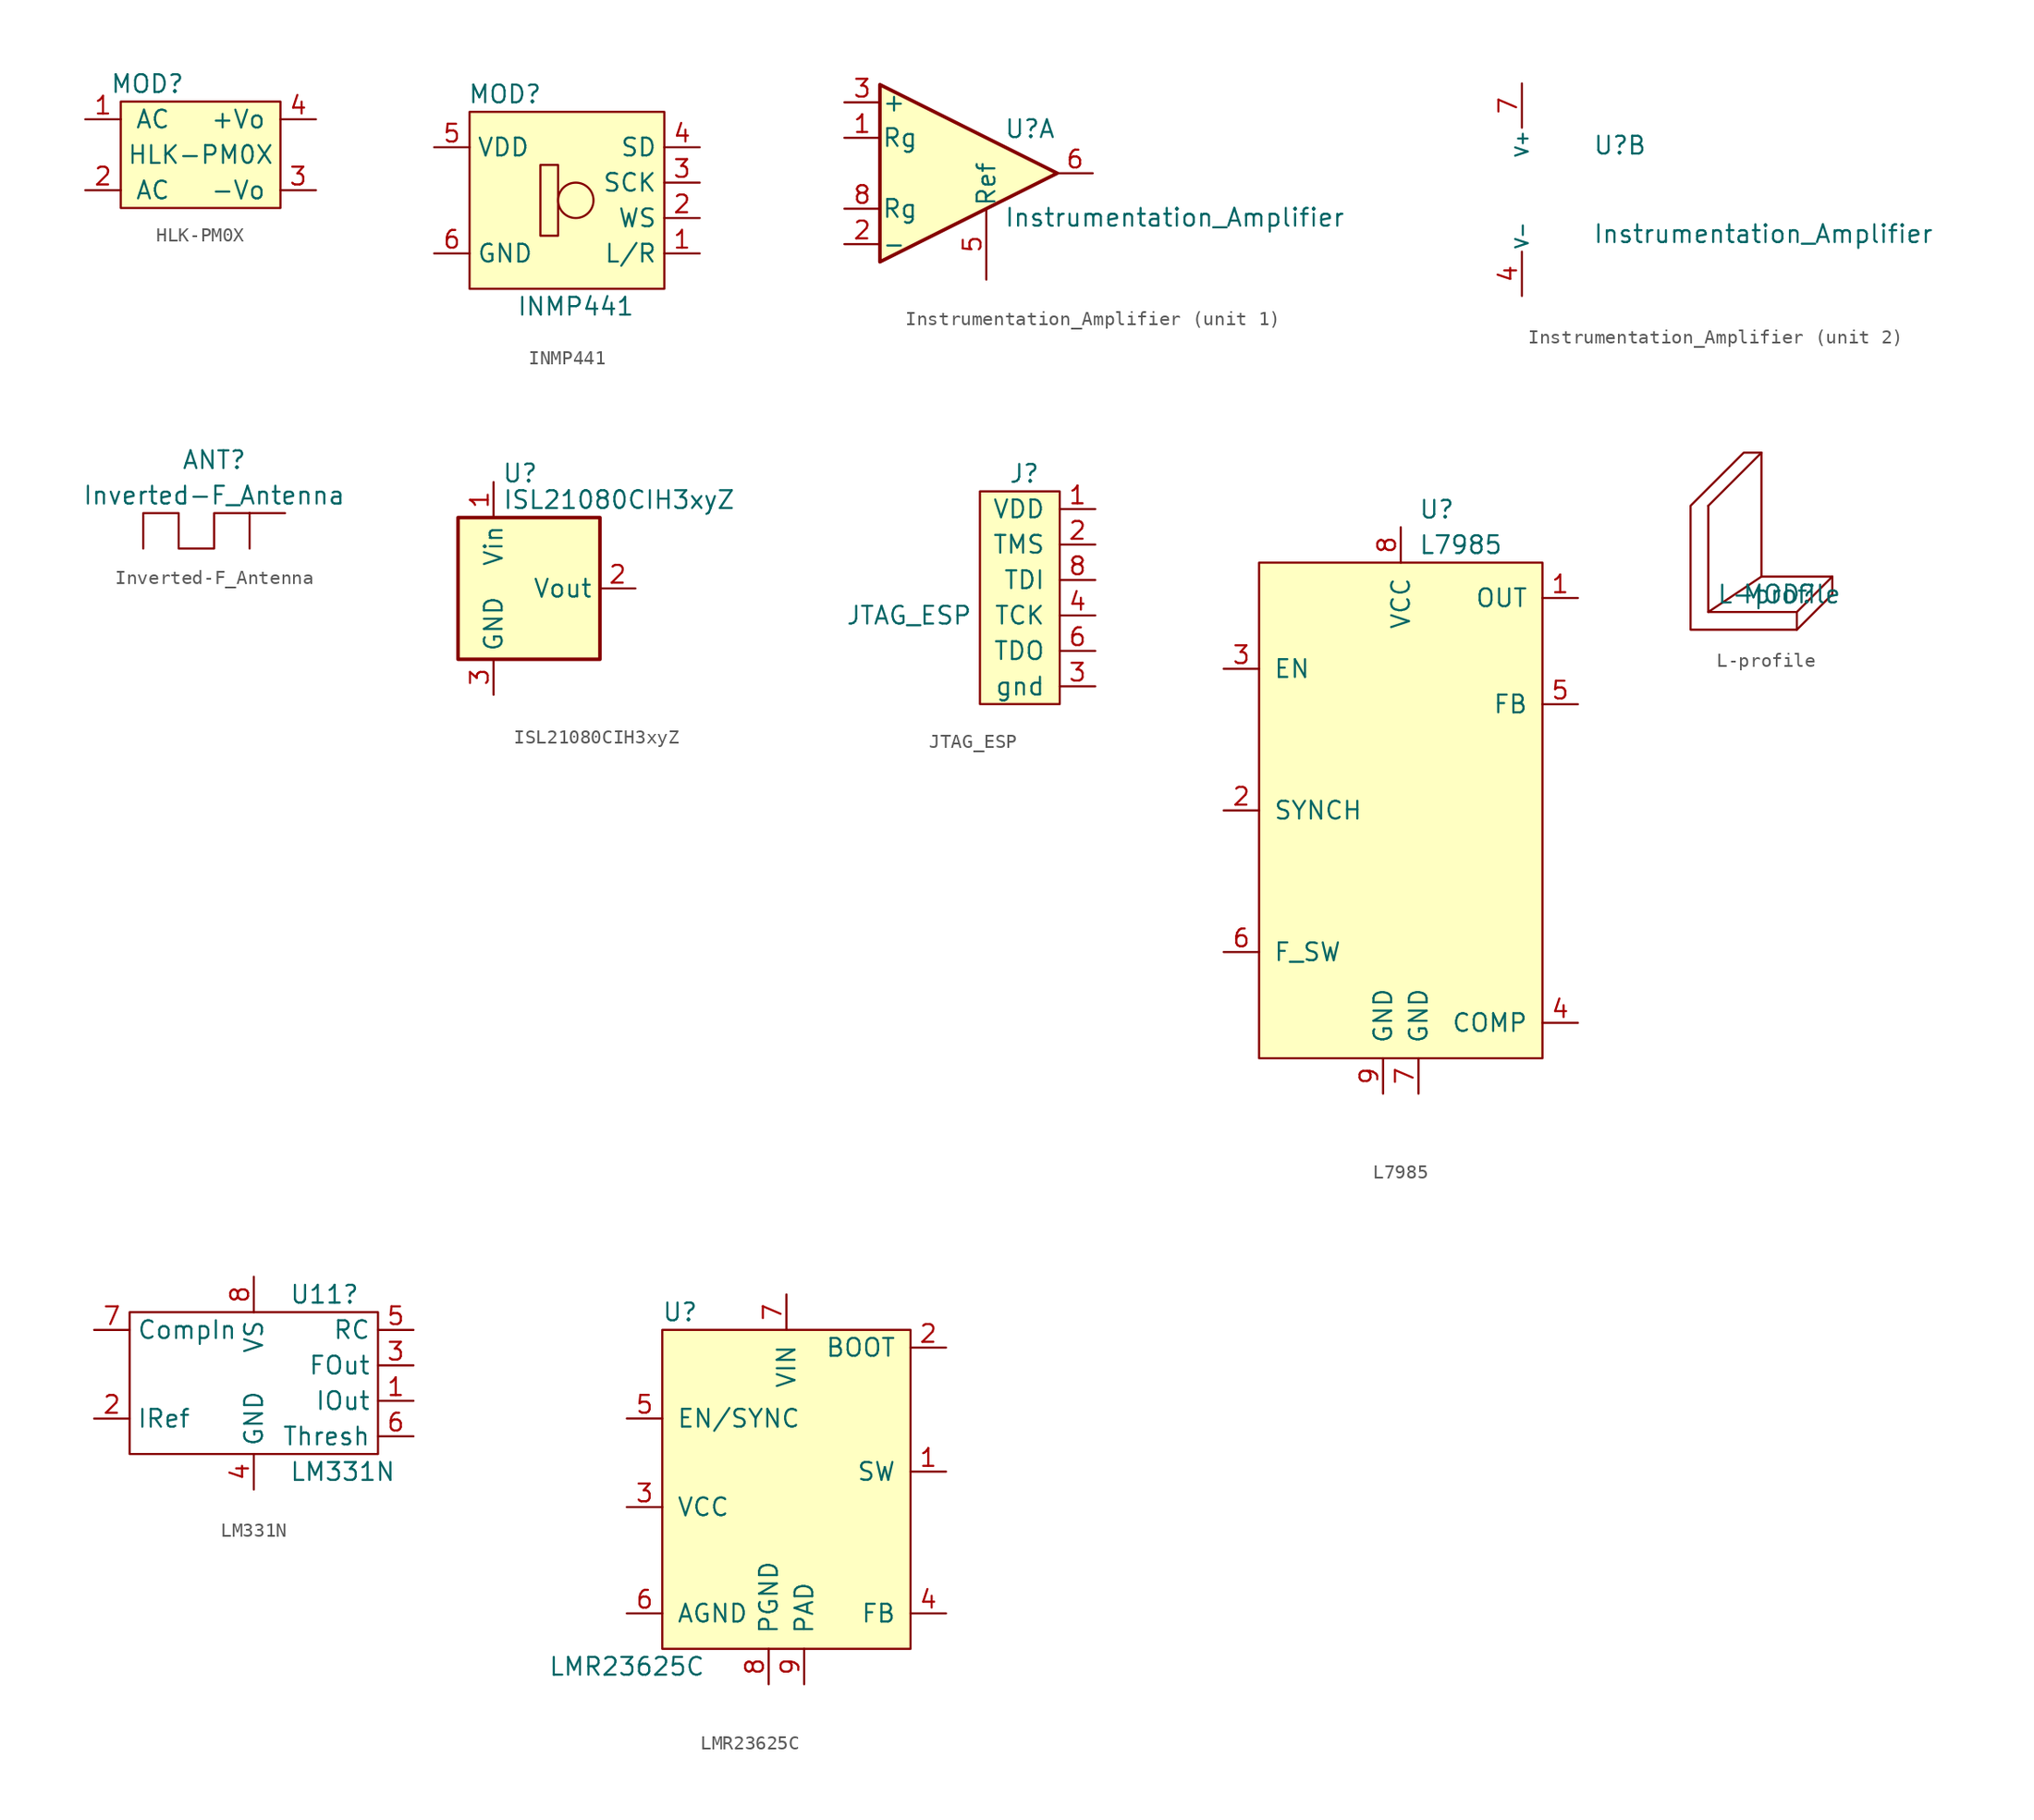
<source format=kicad_sym>
(kicad_symbol_lib
  (version 20211014)
  (generator kicad_symbol_editor)
  (symbol "HLK-PM0X"
    (pin_names
      (offset 1.016))
    (property "Reference" "MOD"
      (at -3.81 5.08 0)
      (effects (font (size 1.27 1.27))))
    (property "Value" "HLK-PM0X"
      (at 0 0 0)
      (effects (font (size 1.27 1.27))))
    (symbol "HLK-PM0X_0_1"
      (rectangle (start -5.715 3.81) (end 5.715 -3.81) (stroke (width 0) (type default) (color 0 0 0 0)) (fill (type background))))
    (symbol "HLK-PM0X_1_1"
      (pin input line (at -8.255 2.54 0) (length 2.54) (name "AC" (effects (font (size 1.27 1.27)))) (number "1" (effects (font (size 1.27 1.27)))))
      (pin input line (at -8.255 -2.54 0) (length 2.54) (name "AC" (effects (font (size 1.27 1.27)))) (number "2" (effects (font (size 1.27 1.27)))))
      (pin passive line (at 8.255 -2.54 180) (length 2.54) (name "-Vo" (effects (font (size 1.27 1.27)))) (number "3" (effects (font (size 1.27 1.27)))))
      (pin power_out line (at 8.255 2.54 180) (length 2.54) (name "+Vo" (effects (font (size 1.27 1.27)))) (number "4" (effects (font (size 1.27 1.27)))))))
  (symbol "INMP441"
    (property "Reference" "MOD"
      (at -3.81 7.62 0)
      (effects (font (size 1.27 1.27))))
    (property "Value" "INMP441"
      (at 1.27 -7.62 0)
      (effects (font (size 1.27 1.27))))
    (symbol "INMP441_0_1"
      (polyline (pts (xy -1.27 2.54) (xy 0 2.54) (xy 0 -2.54) (xy -1.27 -2.54) (xy -1.27 2.54)) (stroke (width 0) (type default) (color 0 0 0 0)) (fill (type none)))
      (circle (center 1.27 0) (radius 1.27) (stroke (width 0) (type default) (color 0 0 0 0)) (fill (type none)))
      (rectangle (start 7.62 -6.35) (end -6.35 6.35) (stroke (width 0) (type default) (color 0 0 0 0)) (fill (type background))))
    (symbol "INMP441_1_1"
      (pin input line (at 10.16 -3.81 180) (length 2.54) (name "L/R" (effects (font (size 1.27 1.27)))) (number "1" (effects (font (size 1.27 1.27)))))
      (pin input line (at 10.16 -1.27 180) (length 2.54) (name "WS" (effects (font (size 1.27 1.27)))) (number "2" (effects (font (size 1.27 1.27)))))
      (pin input line (at 10.16 1.27 180) (length 2.54) (name "SCK" (effects (font (size 1.27 1.27)))) (number "3" (effects (font (size 1.27 1.27)))))
      (pin bidirectional line (at 10.16 3.81 180) (length 2.54) (name "SD" (effects (font (size 1.27 1.27)))) (number "4" (effects (font (size 1.27 1.27)))))
      (pin power_in line (at -8.89 3.81 0) (length 2.54) (name "VDD" (effects (font (size 1.27 1.27)))) (number "5" (effects (font (size 1.27 1.27)))))
      (pin passive line (at -8.89 -3.81 0) (length 2.54) (name "GND" (effects (font (size 1.27 1.27)))) (number "6" (effects (font (size 1.27 1.27)))))))
  (symbol "Instrumentation_Amplifier"
    (pin_names
      (offset 0.127))
    (property "Reference" "U"
      (at 2.54 3.175 0)
      (effects (font (size 1.27 1.27)) (justify left)))
    (property "Value" "Instrumentation_Amplifier"
      (at 2.54 -3.175 0)
      (effects (font (size 1.27 1.27)) (justify left)))
    (property "ki_locked" ""
      (at 0 0 0)
      (effects (font (size 1.27 1.27))))
    (symbol "Instrumentation_Amplifier_1_1"
      (polyline (pts (xy 6.35 0) (xy -6.35 6.35) (xy -6.35 -6.35) (xy 6.35 0)) (stroke (width 0.254) (type default) (color 0 0 0 0)) (fill (type background)))
      (pin passive line (at -8.89 2.54 0) (length 2.54) (name "Rg" (effects (font (size 1.27 1.27)))) (number "1" (effects (font (size 1.27 1.27)))))
      (pin input line (at -8.89 -5.08 0) (length 2.54) (name "-" (effects (font (size 1.27 1.27)))) (number "2" (effects (font (size 1.27 1.27)))))
      (pin input line (at -8.89 5.08 0) (length 2.54) (name "+" (effects (font (size 1.27 1.27)))) (number "3" (effects (font (size 1.27 1.27)))))
      (pin input line (at 1.27 -7.62 90) (length 5.08) (name "Ref" (effects (font (size 1.27 1.27)))) (number "5" (effects (font (size 1.27 1.27)))))
      (pin output line (at 8.89 0 180) (length 2.54) (name "~" (effects (font (size 1.27 1.27)))) (number "6" (effects (font (size 1.27 1.27)))))
      (pin passive line (at -8.89 -2.54 0) (length 2.54) (name "Rg" (effects (font (size 1.27 1.27)))) (number "8" (effects (font (size 1.27 1.27))))))
    (symbol "Instrumentation_Amplifier_2_1"
      (pin power_in line (at -2.54 -7.62 90) (length 3.175) (name "V-" (effects (font (size 0.889 0.889)))) (number "4" (effects (font (size 1.27 1.27)))))
      (pin power_in line (at -2.54 7.62 270) (length 3.175) (name "V+" (effects (font (size 0.889 0.889)))) (number "7" (effects (font (size 1.27 1.27)))))))
  (symbol "Inverted-F_Antenna"
    (pin_numbers hide)
    (pin_names
      (offset 1.016) hide)
    (property "Reference" "ANT"
      (at 0 5.08 0)
      (effects (font (size 1.27 1.27))))
    (property "Value" "Inverted-F_Antenna"
      (at 0 2.54 0)
      (effects (font (size 1.27 1.27))))
    (symbol "Inverted-F_Antenna_0_1"
      (polyline (pts (xy 2.54 1.27) (xy 0 1.27) (xy 0 -1.27) (xy -2.54 -1.27) (xy -2.54 1.27) (xy -5.08 1.27) (xy -5.08 -1.27)) (stroke (width 0) (type default) (color 0 0 0 0)) (fill (type none))))
    (symbol "Inverted-F_Antenna_1_1"
      (pin input line (at 5.08 1.27 180) (length 2.54) (name "RF" (effects (font (size 1.27 1.27)))) (number "1" (effects (font (size 1.27 1.27)))))
      (pin power_in line (at 2.54 -1.27 90) (length 2.54) (name "Gnd" (effects (font (size 1.27 1.27)))) (number "2" (effects (font (size 1.27 1.27)))))))
  (symbol "ISL21080CIH3xyZ"
    (property "Reference" "U"
      (at -0.635 8.255 0)
      (effects (font (size 1.27 1.27))))
    (property "Value" "ISL21080CIH3xyZ"
      (at -1.905 6.35 0)
      (effects (font (size 1.27 1.27)) (justify left)))
    (symbol "ISL21080CIH3xyZ_0_1"
      (rectangle (start -5.08 5.08) (end 5.08 -5.08) (stroke (width 0.254) (type default) (color 0 0 0 0)) (fill (type background))))
    (symbol "ISL21080CIH3xyZ_1_1"
      (pin power_in line (at -2.54 7.62 270) (length 2.54) (name "Vin" (effects (font (size 1.27 1.27)))) (number "1" (effects (font (size 1.27 1.27)))))
      (pin power_out line (at 7.62 0 180) (length 2.54) (name "Vout" (effects (font (size 1.27 1.27)))) (number "2" (effects (font (size 1.27 1.27)))))
      (pin power_in line (at -2.54 -7.62 90) (length 2.54) (name "GND" (effects (font (size 1.27 1.27)))) (number "3" (effects (font (size 1.27 1.27)))))))
  (symbol "JTAG_ESP"
    (pin_names
      (offset 1.016))
    (property "Reference" "J"
      (at 0 10.16 0)
      (effects (font (size 1.27 1.27))))
    (property "Value" "JTAG_ESP"
      (at -8.255 0 0)
      (effects (font (size 1.27 1.27))))
    (symbol "JTAG_ESP_0_1"
      (rectangle (start 2.54 8.89) (end -3.175 -6.35) (stroke (width 0) (type default) (color 0 0 0 0)) (fill (type background))))
    (symbol "JTAG_ESP_1_1"
      (pin power_in line (at 5.08 7.62 180) (length 2.54) (name "VDD" (effects (font (size 1.27 1.27)))) (number "1" (effects (font (size 1.27 1.27)))))
      (pin passive line (at 5.08 5.08 180) (length 2.54) (name "TMS" (effects (font (size 1.27 1.27)))) (number "2" (effects (font (size 1.27 1.27)))))
      (pin passive line (at 5.08 -5.08 180) (length 2.54) (name "gnd" (effects (font (size 1.27 1.27)))) (number "3" (effects (font (size 1.27 1.27)))))
      (pin passive line (at 5.08 0 180) (length 2.54) (name "TCK" (effects (font (size 1.27 1.27)))) (number "4" (effects (font (size 1.27 1.27)))))
      (pin passive line (at 5.08 -5.08 180) (length 2.54) hide (name "GND" (effects (font (size 1.27 1.27)))) (number "5" (effects (font (size 1.27 1.27)))))
      (pin passive line (at 5.08 -2.54 180) (length 2.54) (name "TDO" (effects (font (size 1.27 1.27)))) (number "6" (effects (font (size 1.27 1.27)))))
      (pin passive line (at 5.08 -5.08 180) (length 2.54) hide (name "GND" (effects (font (size 1.27 1.27)))) (number "7" (effects (font (size 1.27 1.27)))))
      (pin passive line (at 5.08 2.54 180) (length 2.54) (name "TDI" (effects (font (size 1.27 1.27)))) (number "8" (effects (font (size 1.27 1.27)))))))
  (symbol "L7985"
    (pin_names
      (offset 1.016))
    (property "Reference" "U"
      (at 1.27 21.59 0)
      (effects (font (size 1.27 1.27)) (justify left)))
    (property "Value" "L7985"
      (at 1.27 19.05 0)
      (effects (font (size 1.27 1.27)) (justify left)))
    (symbol "L7985_0_1"
      (rectangle (start -10.16 17.78) (end 10.16 -17.78) (stroke (width 0) (type default) (color 0 0 0 0)) (fill (type background))))
    (symbol "L7985_1_1"
      (pin power_out line (at 12.7 15.24 180) (length 2.54) (name "OUT" (effects (font (size 1.27 1.27)))) (number "1" (effects (font (size 1.27 1.27)))))
      (pin bidirectional line (at -12.7 0 0) (length 2.54) (name "SYNCH" (effects (font (size 1.27 1.27)))) (number "2" (effects (font (size 1.27 1.27)))))
      (pin input line (at -12.7 10.16 0) (length 2.54) (name "EN" (effects (font (size 1.27 1.27)))) (number "3" (effects (font (size 1.27 1.27)))))
      (pin output line (at 12.7 -15.24 180) (length 2.54) (name "COMP" (effects (font (size 1.27 1.27)))) (number "4" (effects (font (size 1.27 1.27)))))
      (pin input line (at 12.7 7.62 180) (length 2.54) (name "FB" (effects (font (size 1.27 1.27)))) (number "5" (effects (font (size 1.27 1.27)))))
      (pin input line (at -12.7 -10.16 0) (length 2.54) (name "F_SW" (effects (font (size 1.27 1.27)))) (number "6" (effects (font (size 1.27 1.27)))))
      (pin power_in line (at 1.27 -20.32 90) (length 2.54) (name "GND" (effects (font (size 1.27 1.27)))) (number "7" (effects (font (size 1.27 1.27)))))
      (pin power_in line (at 0 20.32 270) (length 2.54) (name "VCC" (effects (font (size 1.27 1.27)))) (number "8" (effects (font (size 1.27 1.27)))))
      (pin power_in line (at -1.27 -20.32 90) (length 2.54) (name "GND" (effects (font (size 1.27 1.27)))) (number "9" (effects (font (size 1.27 1.27)))))))
  (symbol "L-profile"
    (pin_names
      (offset 1.016))
    (property "Reference" "MOD"
      (at 0 0 0)
      (effects (font (size 1.27 1.27))))
    (property "Value" "L-profile"
      (at 0 0 0)
      (effects (font (size 1.27 1.27))))
    (symbol "L-profile_0_1"
      (polyline (pts (xy -5.08 -1.27) (xy -1.27 1.27)) (stroke (width 0) (type default) (color 0 0 0 0)) (fill (type none)))
      (polyline (pts (xy -5.08 6.35) (xy -1.27 10.16)) (stroke (width 0) (type default) (color 0 0 0 0)) (fill (type none)))
      (polyline (pts (xy 3.81 1.27) (xy 3.81 0) (xy 1.27 -2.54)) (stroke (width 0) (type default) (color 0 0 0 0)) (fill (type none)))
      (polyline (pts (xy -5.08 6.35) (xy -5.08 -1.27) (xy 1.27 -1.27) (xy 1.27 -2.54) (xy -6.35 -2.54) (xy -6.35 6.35) (xy -2.54 10.16) (xy -1.27 10.16) (xy -1.27 1.27) (xy 3.81 1.27) (xy 1.27 -1.27)) (stroke (width 0) (type default) (color 0 0 0 0)) (fill (type none)))))
  (symbol "LM331N"
    (property "Reference" "U11"
      (at 2.54 6.35 0)
      (effects (font (size 1.27 1.27)) (justify left)))
    (property "Value" "LM331N"
      (at 2.54 -6.35 0)
      (effects (font (size 1.27 1.27)) (justify left)))
    (symbol "LM331N_0_1"
      (rectangle (start -8.89 5.08) (end 8.89 -5.08) (stroke (width 0.152) (type default) (color 0 0 0 0)) (fill (type none))))
    (symbol "LM331N_1_1"
      (pin output line (at 11.43 -1.27 180) (length 2.54) (name "IOut" (effects (font (size 1.27 1.27)))) (number "1" (effects (font (size 1.27 1.27)))))
      (pin input line (at -11.43 -2.54 0) (length 2.54) (name "IRef" (effects (font (size 1.27 1.27)))) (number "2" (effects (font (size 1.27 1.27)))))
      (pin output line (at 11.43 1.27 180) (length 2.54) (name "FOut" (effects (font (size 1.27 1.27)))) (number "3" (effects (font (size 1.27 1.27)))))
      (pin power_in line (at 0 -7.62 90) (length 2.54) (name "GND" (effects (font (size 1.27 1.27)))) (number "4" (effects (font (size 1.27 1.27)))))
      (pin input line (at 11.43 3.81 180) (length 2.54) (name "RC" (effects (font (size 1.27 1.27)))) (number "5" (effects (font (size 1.27 1.27)))))
      (pin input line (at 11.43 -3.81 180) (length 2.54) (name "Thresh" (effects (font (size 1.27 1.27)))) (number "6" (effects (font (size 1.27 1.27)))))
      (pin input line (at -11.43 3.81 0) (length 2.54) (name "CompIn" (effects (font (size 1.27 1.27)))) (number "7" (effects (font (size 1.27 1.27)))))
      (pin power_in line (at 0 7.62 270) (length 2.54) (name "VS" (effects (font (size 1.27 1.27)))) (number "8" (effects (font (size 1.27 1.27)))))))
  (symbol "LMR23625C"
    (pin_names
      (offset 1.016))
    (property "Reference" "U"
      (at -7.62 13.97 0)
      (effects (font (size 1.27 1.27))))
    (property "Value" "LMR23625C"
      (at -11.43 -11.43 0)
      (effects (font (size 1.27 1.27))))
    (symbol "LMR23625C_0_1"
      (rectangle (start -8.89 12.7) (end 8.89 -10.16) (stroke (width 0) (type default) (color 0 0 0 0)) (fill (type background))))
    (symbol "LMR23625C_1_1"
      (pin passive line (at 11.43 2.54 180) (length 2.54) (name "SW" (effects (font (size 1.27 1.27)))) (number "1" (effects (font (size 1.27 1.27)))))
      (pin passive line (at 11.43 11.43 180) (length 2.54) (name "BOOT" (effects (font (size 1.27 1.27)))) (number "2" (effects (font (size 1.27 1.27)))))
      (pin passive line (at -11.43 0 0) (length 2.54) (name "VCC" (effects (font (size 1.27 1.27)))) (number "3" (effects (font (size 1.27 1.27)))))
      (pin input line (at 11.43 -7.62 180) (length 2.54) (name "FB" (effects (font (size 1.27 1.27)))) (number "4" (effects (font (size 1.27 1.27)))))
      (pin input line (at -11.43 6.35 0) (length 2.54) (name "EN/SYNC" (effects (font (size 1.27 1.27)))) (number "5" (effects (font (size 1.27 1.27)))))
      (pin input line (at -11.43 -7.62 0) (length 2.54) (name "AGND" (effects (font (size 1.27 1.27)))) (number "6" (effects (font (size 1.27 1.27)))))
      (pin input line (at 0 15.24 270) (length 2.54) (name "VIN" (effects (font (size 1.27 1.27)))) (number "7" (effects (font (size 1.27 1.27)))))
      (pin passive line (at -1.27 -12.7 90) (length 2.54) (name "PGND" (effects (font (size 1.27 1.27)))) (number "8" (effects (font (size 1.27 1.27)))))
      (pin passive line (at 1.27 -12.7 90) (length 2.54) (name "PAD" (effects (font (size 1.27 1.27)))) (number "9" (effects (font (size 1.27 1.27))))))))
</source>
